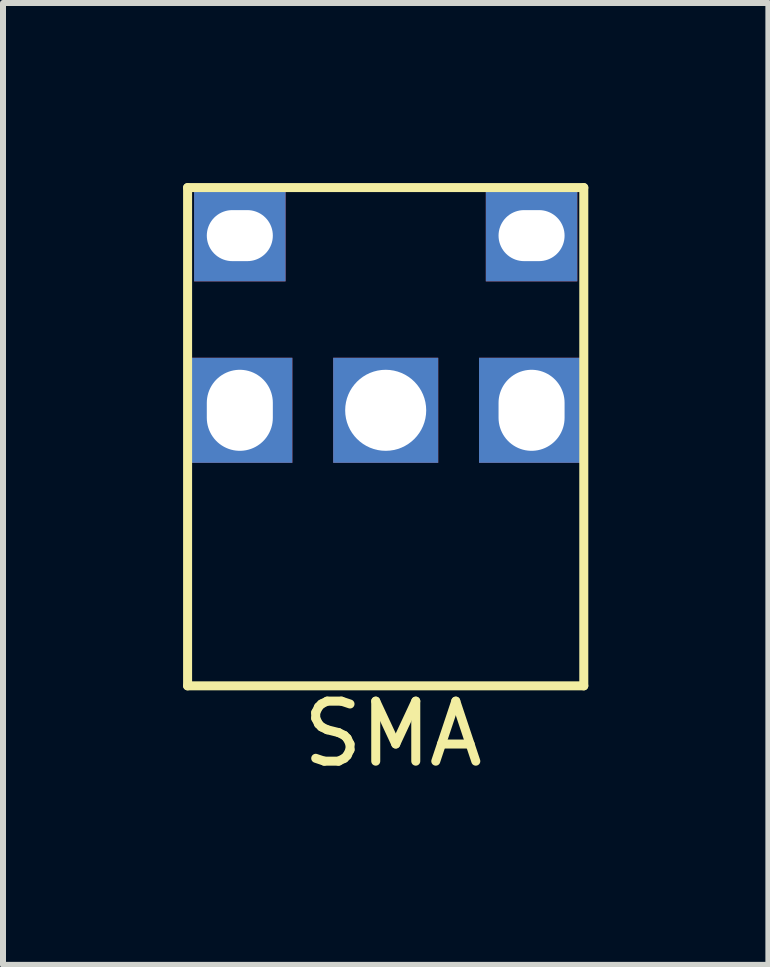
<source format=kicad_pcb>
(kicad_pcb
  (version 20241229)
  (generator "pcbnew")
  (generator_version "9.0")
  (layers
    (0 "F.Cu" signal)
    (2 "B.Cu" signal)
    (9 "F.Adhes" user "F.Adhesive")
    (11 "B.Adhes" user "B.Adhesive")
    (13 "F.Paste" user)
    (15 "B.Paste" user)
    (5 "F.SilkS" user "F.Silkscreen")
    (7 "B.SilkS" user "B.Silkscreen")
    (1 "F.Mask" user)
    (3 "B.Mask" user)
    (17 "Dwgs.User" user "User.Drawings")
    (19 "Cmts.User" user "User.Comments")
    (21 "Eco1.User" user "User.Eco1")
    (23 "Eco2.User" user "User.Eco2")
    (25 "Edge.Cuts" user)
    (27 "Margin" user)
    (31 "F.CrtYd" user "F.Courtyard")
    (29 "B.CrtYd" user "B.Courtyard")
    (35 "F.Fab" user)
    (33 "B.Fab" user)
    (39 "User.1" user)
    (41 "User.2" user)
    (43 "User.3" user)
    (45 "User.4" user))
  (footprint "SMA"
    (layer "F.Cu")
    (at 3.375 3.375)
    (property "Reference" "SMA" (at 0.12 5.8 0) (layer "F.SilkS") (effects (font (size 1 1) (thickness 0.15))))
    (attr through_hole)
    (fp_line (start -3.3 -3.3) (end -3.3 5) (stroke (width 0.15) (type solid)) (layer "F.SilkS"))
    (fp_line (start -3.3 -3.3) (end 3.3 -3.3) (stroke (width 0.15) (type solid)) (layer "F.SilkS"))
    (fp_line (start -3.3 5) (end 3.3 5) (stroke (width 0.15) (type solid)) (layer "F.SilkS"))
    (fp_line (start 3.3 5) (end 3.3 -3.3) (stroke (width 0.15) (type solid)) (layer "F.SilkS"))
    (pad "0" thru_hole rect (at -2.43 -2.5) (size 1.524 1.524) (drill oval 1.1 0.85) (layers "*.Cu" "*.Mask"))
    (pad "0" thru_hole rect (at 2.43 -2.5) (size 1.524 1.524) (drill oval 1.1 0.85) (layers "*.Cu" "*.Mask"))
    (pad "1" thru_hole rect (at 0 0.41) (size 1.75 1.75) (drill 1.35) (layers "*.Cu" "*.Mask"))
    (pad "2" thru_hole rect (at -2.43 0.41) (size 1.75 1.75) (drill oval 1.1 1.35) (layers "*.Cu" "*.Mask"))
    (pad "2" thru_hole rect (at 2.43 0.41) (size 1.75 1.75) (drill oval 1.1 1.35) (layers "*.Cu" "*.Mask")))
  (gr_rect
    (start -3 -3)
    (end 9.75 13.023)
    (stroke (width 0.1) (type default))
    (fill no)
    (layer "Edge.Cuts")))
</source>
